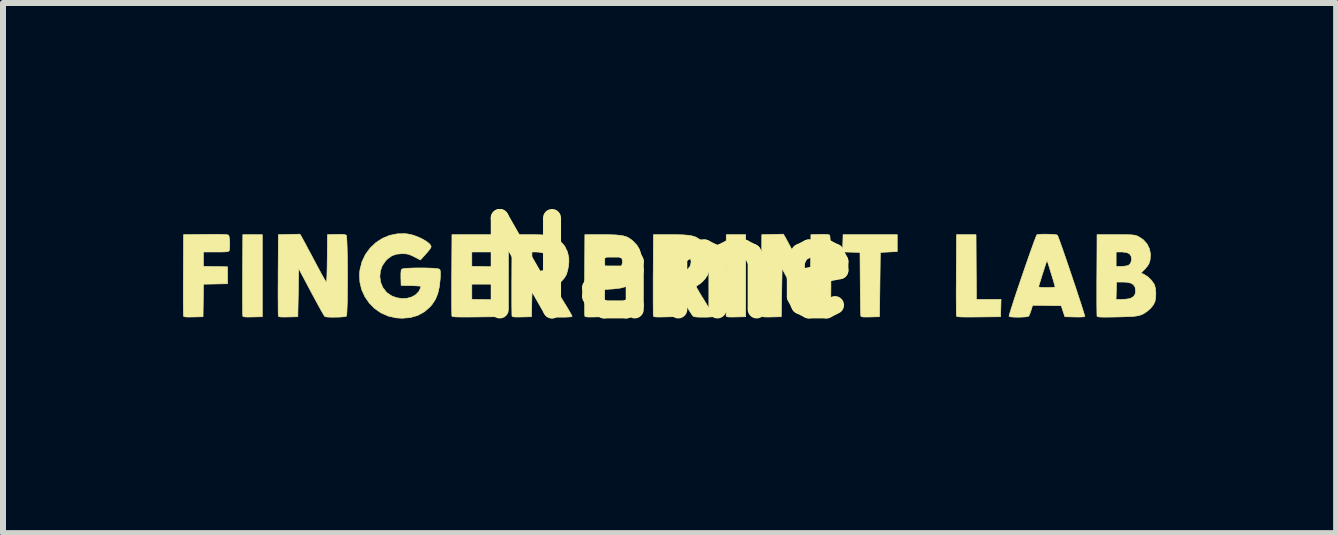
<source format=kicad_pcb>
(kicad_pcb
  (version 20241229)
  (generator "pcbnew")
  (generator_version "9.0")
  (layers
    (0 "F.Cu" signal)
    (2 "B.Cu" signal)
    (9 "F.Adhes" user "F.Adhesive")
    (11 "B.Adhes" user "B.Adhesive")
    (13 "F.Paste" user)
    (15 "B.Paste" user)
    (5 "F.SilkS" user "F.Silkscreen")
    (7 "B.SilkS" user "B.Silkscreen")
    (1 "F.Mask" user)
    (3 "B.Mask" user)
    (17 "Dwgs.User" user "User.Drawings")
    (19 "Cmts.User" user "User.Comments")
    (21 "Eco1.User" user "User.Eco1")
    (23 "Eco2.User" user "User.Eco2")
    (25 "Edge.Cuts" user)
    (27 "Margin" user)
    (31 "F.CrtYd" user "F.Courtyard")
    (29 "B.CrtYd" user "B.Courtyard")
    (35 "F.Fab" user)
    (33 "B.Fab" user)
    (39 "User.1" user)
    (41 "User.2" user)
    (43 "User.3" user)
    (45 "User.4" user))
  (footprint "Name"
    (layer "F.Cu")
    (at 8.074 1.418)
    (property "Reference" "Name" (at 0 0 0) (layer "F.SilkS") (effects (font (size 1.524 1.524) (thickness 0.3))))
    (attr through_hole)
    (fp_poly (pts (xy -6.752 0.811) (xy -6.911 0.815) (xy -6.986 0.816) (xy -7.035 0.815) (xy -7.065 0.81) (xy -7.077 0.802) (xy -7.077 0.801) (xy -7.078 0.784) (xy -7.08 0.741) (xy -7.08 0.676) (xy -7.081 0.591) (xy -7.081 0.489) (xy -7.081 0.373) (xy -7.081 0.246) (xy -7.08 0.113) (xy -7.077 -0.557) (xy -6.752 -0.557) (xy -6.752 0.811)) (stroke (width 0.01) (type solid)) (fill yes) (layer "F.SilkS"))
    (fp_poly (pts (xy 1.305 0.811) (xy 1.146 0.815) (xy 1.072 0.816) (xy 1.022 0.815) (xy 0.993 0.81) (xy 0.981 0.802) (xy 0.98 0.801) (xy 0.979 0.784) (xy 0.978 0.741) (xy 0.977 0.676) (xy 0.976 0.591) (xy 0.976 0.489) (xy 0.976 0.373) (xy 0.976 0.246) (xy 0.977 0.113) (xy 0.981 -0.557) (xy 1.305 -0.557) (xy 1.305 0.811)) (stroke (width 0.01) (type solid)) (fill yes) (layer "F.SilkS"))
    (fp_poly (pts (xy 3.831 -0.275) (xy 3.69 -0.268) (xy 3.549 -0.261) (xy 3.542 0.275) (xy 3.535 0.811) (xy 3.383 0.815) (xy 3.31 0.816) (xy 3.262 0.815) (xy 3.235 0.809) (xy 3.224 0.801) (xy 3.223 0.783) (xy 3.221 0.741) (xy 3.219 0.676) (xy 3.218 0.593) (xy 3.216 0.495) (xy 3.215 0.385) (xy 3.214 0.266) (xy 3.214 0.261) (xy 3.21 -0.261) (xy 2.92 -0.269) (xy 2.924 -0.413) (xy 2.928 -0.557) (xy 3.831 -0.557) (xy 3.831 -0.275)) (stroke (width 0.01) (type solid)) (fill yes) (layer "F.SilkS"))
    (fp_poly (pts (xy 5.147 -0.018) (xy 5.151 0.522) (xy 5.561 0.522) (xy 5.557 0.667) (xy 5.553 0.811) (xy 5.189 0.815) (xy 5.073 0.816) (xy 4.982 0.816) (xy 4.914 0.815) (xy 4.867 0.813) (xy 4.837 0.809) (xy 4.821 0.804) (xy 4.818 0.801) (xy 4.817 0.784) (xy 4.816 0.741) (xy 4.815 0.676) (xy 4.815 0.591) (xy 4.814 0.489) (xy 4.814 0.373) (xy 4.815 0.246) (xy 4.815 0.113) (xy 4.819 -0.557) (xy 5.144 -0.557) (xy 5.147 -0.018)) (stroke (width 0.01) (type solid)) (fill yes) (layer "F.SilkS"))
    (fp_poly (pts (xy -2.825 -0.413) (xy -2.821 -0.268) (xy -3.04 -0.268) (xy -3.26 -0.268) (xy -3.26 -0.029) (xy -2.857 -0.021) (xy -2.853 0.123) (xy -2.849 0.268) (xy -3.26 0.268) (xy -3.26 0.521) (xy -2.829 0.529) (xy -2.829 0.811) (xy -3.207 0.815) (xy -3.326 0.816) (xy -3.419 0.816) (xy -3.489 0.815) (xy -3.539 0.813) (xy -3.571 0.81) (xy -3.588 0.805) (xy -3.592 0.801) (xy -3.593 0.784) (xy -3.594 0.741) (xy -3.595 0.676) (xy -3.596 0.591) (xy -3.596 0.489) (xy -3.596 0.373) (xy -3.596 0.246) (xy -3.595 0.113) (xy -3.591 -0.557) (xy -2.829 -0.557) (xy -2.825 -0.413)) (stroke (width 0.01) (type solid)) (fill yes) (layer "F.SilkS"))
    (fp_poly (pts (xy -7.475 -0.562) (xy -7.401 -0.56) (xy -7.35 -0.557) (xy -7.322 -0.552) (xy -7.315 -0.549) (xy -7.306 -0.528) (xy -7.3 -0.488) (xy -7.296 -0.436) (xy -7.295 -0.381) (xy -7.297 -0.331) (xy -7.303 -0.295) (xy -7.304 -0.29) (xy -7.311 -0.282) (xy -7.327 -0.275) (xy -7.357 -0.271) (xy -7.404 -0.269) (xy -7.472 -0.268) (xy -7.523 -0.268) (xy -7.733 -0.268) (xy -7.733 -0.029) (xy -7.532 -0.025) (xy -7.331 -0.021) (xy -7.331 0.261) (xy -7.532 0.265) (xy -7.732 0.269) (xy -7.736 0.54) (xy -7.74 0.811) (xy -7.899 0.815) (xy -7.973 0.816) (xy -8.023 0.815) (xy -8.052 0.81) (xy -8.065 0.802) (xy -8.065 0.801) (xy -8.066 0.784) (xy -8.067 0.741) (xy -8.068 0.676) (xy -8.069 0.591) (xy -8.069 0.489) (xy -8.069 0.373) (xy -8.069 0.246) (xy -8.068 0.113) (xy -8.065 -0.557) (xy -7.699 -0.561) (xy -7.574 -0.562) (xy -7.475 -0.562)) (stroke (width 0.01) (type solid)) (fill yes) (layer "F.SilkS"))
    (fp_poly (pts (xy -1.087 -0.557) (xy -0.966 -0.556) (xy -0.87 -0.553) (xy -0.793 -0.546) (xy -0.732 -0.536) (xy -0.682 -0.521) (xy -0.639 -0.499) (xy -0.599 -0.471) (xy -0.568 -0.445) (xy -0.507 -0.38) (xy -0.465 -0.309) (xy -0.441 -0.227) (xy -0.432 -0.128) (xy -0.432 -0.106) (xy -0.439 -0.001) (xy -0.46 0.085) (xy -0.499 0.157) (xy -0.557 0.223) (xy -0.565 0.231) (xy -0.628 0.278) (xy -0.7 0.311) (xy -0.786 0.334) (xy -0.894 0.347) (xy -0.913 0.348) (xy -1.044 0.357) (xy -1.047 0.584) (xy -1.051 0.811) (xy -1.21 0.815) (xy -1.285 0.816) (xy -1.335 0.815) (xy -1.364 0.81) (xy -1.376 0.802) (xy -1.376 0.801) (xy -1.378 0.784) (xy -1.379 0.741) (xy -1.379 0.676) (xy -1.38 0.591) (xy -1.38 0.489) (xy -1.38 0.373) (xy -1.38 0.246) (xy -1.38 0.113) (xy -1.379 0.056) (xy -1.044 0.056) (xy -0.977 0.056) (xy -0.923 0.053) (xy -0.87 0.045) (xy -0.858 0.042) (xy -0.8 0.013) (xy -0.763 -0.034) (xy -0.748 -0.098) (xy -0.748 -0.106) (xy -0.759 -0.17) (xy -0.793 -0.218) (xy -0.85 -0.25) (xy -0.93 -0.266) (xy -0.977 -0.268) (xy -1.044 -0.268) (xy -1.044 0.056) (xy -1.379 0.056) (xy -1.376 -0.557) (xy -1.087 -0.557)) (stroke (width 0.01) (type solid)) (fill yes) (layer "F.SilkS"))
    (fp_poly (pts (xy 1.958 -0.524) (xy 1.971 -0.501) (xy 1.995 -0.457) (xy 2.028 -0.395) (xy 2.069 -0.318) (xy 2.115 -0.232) (xy 2.165 -0.138) (xy 2.173 -0.122) (xy 2.222 -0.03) (xy 2.267 0.054) (xy 2.306 0.126) (xy 2.338 0.182) (xy 2.361 0.221) (xy 2.373 0.239) (xy 2.374 0.239) (xy 2.377 0.226) (xy 2.38 0.188) (xy 2.382 0.129) (xy 2.385 0.052) (xy 2.386 -0.039) (xy 2.388 -0.14) (xy 2.388 -0.159) (xy 2.392 -0.557) (xy 2.538 -0.561) (xy 2.619 -0.562) (xy 2.674 -0.558) (xy 2.703 -0.55) (xy 2.704 -0.549) (xy 2.708 -0.532) (xy 2.712 -0.489) (xy 2.716 -0.425) (xy 2.719 -0.344) (xy 2.721 -0.247) (xy 2.723 -0.14) (xy 2.724 -0.025) (xy 2.725 0.095) (xy 2.725 0.215) (xy 2.725 0.333) (xy 2.724 0.445) (xy 2.722 0.547) (xy 2.72 0.637) (xy 2.717 0.711) (xy 2.713 0.765) (xy 2.709 0.796) (xy 2.707 0.802) (xy 2.686 0.808) (xy 2.645 0.813) (xy 2.59 0.817) (xy 2.527 0.818) (xy 2.465 0.819) (xy 2.409 0.817) (xy 2.367 0.813) (xy 2.347 0.808) (xy 2.337 0.793) (xy 2.315 0.757) (xy 2.284 0.701) (xy 2.244 0.63) (xy 2.199 0.546) (xy 2.148 0.453) (xy 2.122 0.403) (xy 1.912 0.009) (xy 1.905 0.41) (xy 1.898 0.811) (xy 1.739 0.815) (xy 1.665 0.816) (xy 1.615 0.815) (xy 1.585 0.81) (xy 1.573 0.802) (xy 1.573 0.801) (xy 1.572 0.784) (xy 1.571 0.741) (xy 1.57 0.676) (xy 1.569 0.591) (xy 1.569 0.489) (xy 1.569 0.373) (xy 1.569 0.246) (xy 1.57 0.113) (xy 1.573 -0.557) (xy 1.933 -0.565) (xy 1.958 -0.524)) (stroke (width 0.01) (type solid)) (fill yes) (layer "F.SilkS"))
    (fp_poly (pts (xy -6.1 -0.524) (xy -6.087 -0.501) (xy -6.063 -0.457) (xy -6.029 -0.395) (xy -5.989 -0.318) (xy -5.942 -0.232) (xy -5.893 -0.138) (xy -5.884 -0.122) (xy -5.835 -0.03) (xy -5.79 0.054) (xy -5.751 0.126) (xy -5.719 0.182) (xy -5.696 0.221) (xy -5.684 0.239) (xy -5.683 0.239) (xy -5.681 0.226) (xy -5.678 0.188) (xy -5.675 0.129) (xy -5.673 0.052) (xy -5.671 -0.039) (xy -5.67 -0.14) (xy -5.669 -0.159) (xy -5.666 -0.557) (xy -5.52 -0.561) (xy -5.439 -0.562) (xy -5.384 -0.558) (xy -5.355 -0.55) (xy -5.354 -0.549) (xy -5.349 -0.532) (xy -5.345 -0.489) (xy -5.341 -0.425) (xy -5.338 -0.344) (xy -5.336 -0.247) (xy -5.334 -0.14) (xy -5.333 -0.025) (xy -5.332 0.095) (xy -5.332 0.215) (xy -5.333 0.333) (xy -5.334 0.445) (xy -5.335 0.547) (xy -5.338 0.637) (xy -5.341 0.711) (xy -5.344 0.765) (xy -5.349 0.796) (xy -5.351 0.802) (xy -5.371 0.808) (xy -5.412 0.813) (xy -5.468 0.817) (xy -5.53 0.818) (xy -5.593 0.819) (xy -5.648 0.817) (xy -5.69 0.813) (xy -5.71 0.808) (xy -5.72 0.793) (xy -5.742 0.757) (xy -5.774 0.701) (xy -5.813 0.63) (xy -5.859 0.546) (xy -5.909 0.453) (xy -5.936 0.403) (xy -6.145 0.009) (xy -6.152 0.41) (xy -6.16 0.811) (xy -6.319 0.815) (xy -6.393 0.816) (xy -6.443 0.815) (xy -6.472 0.81) (xy -6.484 0.802) (xy -6.484 0.801) (xy -6.486 0.784) (xy -6.487 0.741) (xy -6.488 0.676) (xy -6.488 0.591) (xy -6.489 0.489) (xy -6.489 0.373) (xy -6.488 0.246) (xy -6.488 0.113) (xy -6.484 -0.557) (xy -6.304 -0.561) (xy -6.124 -0.565) (xy -6.1 -0.524)) (stroke (width 0.01) (type solid)) (fill yes) (layer "F.SilkS"))
    (fp_poly (pts (xy 7.575 -0.557) (xy 7.653 -0.556) (xy 7.713 -0.555) (xy 7.756 -0.552) (xy 7.789 -0.547) (xy 7.814 -0.541) (xy 7.837 -0.532) (xy 7.846 -0.528) (xy 7.93 -0.474) (xy 7.994 -0.403) (xy 8.035 -0.32) (xy 8.053 -0.227) (xy 8.044 -0.129) (xy 8.043 -0.125) (xy 8.025 -0.071) (xy 7.995 -0.025) (xy 7.959 0.016) (xy 7.892 0.082) (xy 7.945 0.106) (xy 8.007 0.145) (xy 8.065 0.201) (xy 8.11 0.263) (xy 8.12 0.285) (xy 8.135 0.343) (xy 8.141 0.417) (xy 8.138 0.493) (xy 8.127 0.557) (xy 8.1 0.613) (xy 8.053 0.671) (xy 7.993 0.724) (xy 7.927 0.766) (xy 7.888 0.782) (xy 7.857 0.791) (xy 7.822 0.798) (xy 7.777 0.804) (xy 7.719 0.808) (xy 7.643 0.811) (xy 7.545 0.814) (xy 7.49 0.815) (xy 7.383 0.817) (xy 7.302 0.818) (xy 7.242 0.817) (xy 7.202 0.815) (xy 7.177 0.811) (xy 7.164 0.806) (xy 7.161 0.802) (xy 7.16 0.785) (xy 7.159 0.742) (xy 7.158 0.676) (xy 7.157 0.591) (xy 7.157 0.522) (xy 7.478 0.522) (xy 7.578 0.522) (xy 7.636 0.519) (xy 7.69 0.512) (xy 7.725 0.502) (xy 7.774 0.471) (xy 7.799 0.425) (xy 7.803 0.383) (xy 7.796 0.322) (xy 7.771 0.279) (xy 7.726 0.251) (xy 7.66 0.236) (xy 7.593 0.233) (xy 7.486 0.233) (xy 7.482 0.377) (xy 7.478 0.522) (xy 7.157 0.522) (xy 7.157 0.489) (xy 7.157 0.373) (xy 7.157 0.246) (xy 7.158 0.113) (xy 7.16 -0.268) (xy 7.479 -0.268) (xy 7.479 -0.028) (xy 7.563 -0.028) (xy 7.616 -0.031) (xy 7.662 -0.038) (xy 7.684 -0.045) (xy 7.716 -0.074) (xy 7.734 -0.12) (xy 7.736 -0.148) (xy 7.728 -0.201) (xy 7.702 -0.237) (xy 7.656 -0.259) (xy 7.587 -0.268) (xy 7.563 -0.268) (xy 7.479 -0.268) (xy 7.16 -0.268) (xy 7.161 -0.557) (xy 7.472 -0.557) (xy 7.575 -0.557)) (stroke (width 0.01) (type solid)) (fill yes) (layer "F.SilkS"))
    (fp_poly (pts (xy -4.316 -0.566) (xy -4.244 -0.55) (xy -4.17 -0.524) (xy -4.099 -0.492) (xy -4.035 -0.456) (xy -3.983 -0.419) (xy -3.949 -0.385) (xy -3.938 -0.355) (xy -3.947 -0.335) (xy -3.971 -0.3) (xy -4.007 -0.257) (xy -4.028 -0.233) (xy -4.117 -0.135) (xy -4.219 -0.188) (xy -4.276 -0.215) (xy -4.32 -0.231) (xy -4.365 -0.238) (xy -4.421 -0.24) (xy -4.421 -0.24) (xy -4.514 -0.232) (xy -4.592 -0.205) (xy -4.661 -0.156) (xy -4.697 -0.12) (xy -4.752 -0.041) (xy -4.784 0.048) (xy -4.793 0.142) (xy -4.78 0.235) (xy -4.745 0.322) (xy -4.687 0.398) (xy -4.668 0.415) (xy -4.594 0.465) (xy -4.511 0.495) (xy -4.425 0.508) (xy -4.34 0.504) (xy -4.262 0.482) (xy -4.195 0.445) (xy -4.144 0.392) (xy -4.126 0.357) (xy -4.113 0.325) (xy -4.106 0.305) (xy -4.106 0.304) (xy -4.12 0.301) (xy -4.155 0.298) (xy -4.209 0.295) (xy -4.272 0.293) (xy -4.438 0.289) (xy -4.442 0.164) (xy -4.442 0.092) (xy -4.438 0.043) (xy -4.43 0.02) (xy -4.41 0.012) (xy -4.366 0.006) (xy -4.305 0.002) (xy -4.232 -0.001) (xy -4.15 -0.002) (xy -4.067 -0.002) (xy -3.986 -0.00007) (xy -3.913 0.003) (xy -3.854 0.008) (xy -3.813 0.014) (xy -3.796 0.021) (xy -3.787 0.041) (xy -3.784 0.076) (xy -3.784 0.132) (xy -3.787 0.183) (xy -3.802 0.316) (xy -3.828 0.427) (xy -3.867 0.522) (xy -3.921 0.605) (xy -3.953 0.643) (xy -4.05 0.728) (xy -4.161 0.789) (xy -4.285 0.825) (xy -4.422 0.836) (xy -4.52 0.83) (xy -4.651 0.801) (xy -4.772 0.748) (xy -4.878 0.675) (xy -4.969 0.583) (xy -5.042 0.477) (xy -5.096 0.359) (xy -5.126 0.232) (xy -5.132 0.099) (xy -5.124 0.026) (xy -5.09 -0.107) (xy -5.032 -0.228) (xy -4.954 -0.334) (xy -4.859 -0.424) (xy -4.75 -0.495) (xy -4.629 -0.545) (xy -4.5 -0.571) (xy -4.366 -0.573) (xy -4.316 -0.566)) (stroke (width 0.01) (type solid)) (fill yes) (layer "F.SilkS"))
    (fp_poly (pts (xy -2.3 -0.557) (xy -2.18 -0.556) (xy -2.083 -0.553) (xy -2.006 -0.546) (xy -1.945 -0.536) (xy -1.895 -0.521) (xy -1.852 -0.499) (xy -1.813 -0.471) (xy -1.782 -0.445) (xy -1.712 -0.365) (xy -1.666 -0.271) (xy -1.644 -0.175) (xy -1.642 -0.108) (xy -1.649 -0.031) (xy -1.664 0.045) (xy -1.684 0.108) (xy -1.689 0.119) (xy -1.723 0.172) (xy -1.77 0.224) (xy -1.819 0.265) (xy -1.838 0.277) (xy -1.865 0.295) (xy -1.877 0.311) (xy -1.877 0.311) (xy -1.87 0.326) (xy -1.85 0.362) (xy -1.819 0.414) (xy -1.78 0.478) (xy -1.736 0.55) (xy -1.73 0.56) (xy -1.685 0.633) (xy -1.646 0.698) (xy -1.616 0.751) (xy -1.596 0.788) (xy -1.589 0.806) (xy -1.589 0.807) (xy -1.605 0.812) (xy -1.644 0.815) (xy -1.698 0.818) (xy -1.755 0.818) (xy -1.827 0.818) (xy -1.876 0.815) (xy -1.907 0.811) (xy -1.926 0.802) (xy -1.936 0.794) (xy -1.95 0.774) (xy -1.976 0.734) (xy -2.01 0.68) (xy -2.05 0.614) (xy -2.083 0.561) (xy -2.137 0.472) (xy -2.178 0.409) (xy -2.209 0.369) (xy -2.231 0.355) (xy -2.245 0.366) (xy -2.253 0.402) (xy -2.258 0.464) (xy -2.26 0.552) (xy -2.261 0.582) (xy -2.265 0.811) (xy -2.424 0.815) (xy -2.498 0.816) (xy -2.548 0.815) (xy -2.577 0.81) (xy -2.589 0.802) (xy -2.59 0.801) (xy -2.591 0.784) (xy -2.592 0.741) (xy -2.593 0.676) (xy -2.594 0.591) (xy -2.594 0.489) (xy -2.594 0.373) (xy -2.594 0.246) (xy -2.593 0.113) (xy -2.593 0.056) (xy -2.258 0.056) (xy -2.191 0.056) (xy -2.137 0.053) (xy -2.084 0.045) (xy -2.071 0.042) (xy -2.013 0.013) (xy -1.976 -0.034) (xy -1.962 -0.098) (xy -1.961 -0.106) (xy -1.973 -0.17) (xy -2.007 -0.218) (xy -2.064 -0.25) (xy -2.143 -0.266) (xy -2.191 -0.268) (xy -2.258 -0.268) (xy -2.258 0.056) (xy -2.593 0.056) (xy -2.589 -0.557) (xy -2.3 -0.557)) (stroke (width 0.01) (type solid)) (fill yes) (layer "F.SilkS"))
    (fp_poly (pts (xy 0.056 -0.557) (xy 0.177 -0.556) (xy 0.273 -0.553) (xy 0.35 -0.546) (xy 0.411 -0.536) (xy 0.461 -0.521) (xy 0.504 -0.499) (xy 0.544 -0.471) (xy 0.575 -0.445) (xy 0.644 -0.365) (xy 0.69 -0.271) (xy 0.712 -0.175) (xy 0.714 -0.108) (xy 0.707 -0.031) (xy 0.693 0.045) (xy 0.673 0.108) (xy 0.668 0.119) (xy 0.633 0.172) (xy 0.587 0.224) (xy 0.538 0.265) (xy 0.519 0.277) (xy 0.491 0.295) (xy 0.48 0.311) (xy 0.48 0.311) (xy 0.487 0.326) (xy 0.507 0.362) (xy 0.537 0.414) (xy 0.576 0.478) (xy 0.621 0.55) (xy 0.627 0.56) (xy 0.672 0.633) (xy 0.71 0.698) (xy 0.741 0.751) (xy 0.76 0.788) (xy 0.767 0.806) (xy 0.767 0.807) (xy 0.751 0.812) (xy 0.713 0.815) (xy 0.658 0.818) (xy 0.601 0.818) (xy 0.529 0.818) (xy 0.481 0.815) (xy 0.449 0.811) (xy 0.43 0.802) (xy 0.421 0.794) (xy 0.407 0.774) (xy 0.381 0.734) (xy 0.347 0.68) (xy 0.306 0.614) (xy 0.274 0.561) (xy 0.22 0.472) (xy 0.178 0.409) (xy 0.148 0.369) (xy 0.126 0.355) (xy 0.112 0.366) (xy 0.103 0.402) (xy 0.099 0.464) (xy 0.096 0.552) (xy 0.096 0.582) (xy 0.092 0.811) (xy -0.067 0.815) (xy -0.142 0.816) (xy -0.192 0.815) (xy -0.221 0.81) (xy -0.233 0.802) (xy -0.233 0.801) (xy -0.235 0.784) (xy -0.236 0.741) (xy -0.236 0.676) (xy -0.237 0.591) (xy -0.237 0.489) (xy -0.237 0.373) (xy -0.237 0.246) (xy -0.237 0.113) (xy -0.236 0.056) (xy 0.099 0.056) (xy 0.166 0.056) (xy 0.22 0.053) (xy 0.273 0.045) (xy 0.285 0.042) (xy 0.343 0.013) (xy 0.38 -0.034) (xy 0.395 -0.098) (xy 0.395 -0.106) (xy 0.384 -0.17) (xy 0.35 -0.218) (xy 0.293 -0.25) (xy 0.213 -0.266) (xy 0.166 -0.268) (xy 0.099 -0.268) (xy 0.099 0.056) (xy -0.236 0.056) (xy -0.233 -0.557) (xy 0.056 -0.557)) (stroke (width 0.01) (type solid)) (fill yes) (layer "F.SilkS"))
    (fp_poly (pts (xy 6.34 -0.564) (xy 6.4 -0.562) (xy 6.451 -0.558) (xy 6.487 -0.553) (xy 6.501 -0.547) (xy 6.51 -0.527) (xy 6.526 -0.484) (xy 6.549 -0.422) (xy 6.577 -0.343) (xy 6.609 -0.25) (xy 6.645 -0.146) (xy 6.683 -0.035) (xy 6.722 0.08) (xy 6.761 0.197) (xy 6.8 0.312) (xy 6.836 0.422) (xy 6.87 0.525) (xy 6.9 0.616) (xy 6.924 0.693) (xy 6.943 0.753) (xy 6.954 0.792) (xy 6.958 0.808) (xy 6.958 0.808) (xy 6.94 0.812) (xy 6.901 0.815) (xy 6.845 0.816) (xy 6.786 0.815) (xy 6.625 0.811) (xy 6.594 0.72) (xy 6.564 0.628) (xy 6.326 0.624) (xy 6.087 0.62) (xy 6.062 0.702) (xy 6.046 0.748) (xy 6.031 0.785) (xy 6.022 0.801) (xy 6.003 0.808) (xy 5.963 0.814) (xy 5.91 0.817) (xy 5.85 0.819) (xy 5.792 0.818) (xy 5.741 0.815) (xy 5.706 0.81) (xy 5.694 0.804) (xy 5.697 0.789) (xy 5.708 0.749) (xy 5.726 0.69) (xy 5.751 0.613) (xy 5.78 0.521) (xy 5.814 0.419) (xy 5.851 0.309) (xy 5.852 0.307) (xy 6.187 0.307) (xy 6.192 0.315) (xy 6.214 0.321) (xy 6.258 0.324) (xy 6.322 0.325) (xy 6.381 0.324) (xy 6.428 0.321) (xy 6.457 0.317) (xy 6.463 0.314) (xy 6.459 0.298) (xy 6.448 0.26) (xy 6.433 0.208) (xy 6.414 0.145) (xy 6.393 0.078) (xy 6.373 0.013) (xy 6.355 -0.046) (xy 6.34 -0.092) (xy 6.33 -0.119) (xy 6.328 -0.125) (xy 6.323 -0.114) (xy 6.31 -0.08) (xy 6.293 -0.029) (xy 6.272 0.037) (xy 6.258 0.08) (xy 6.235 0.153) (xy 6.215 0.218) (xy 6.199 0.268) (xy 6.19 0.3) (xy 6.187 0.307) (xy 5.852 0.307) (xy 5.89 0.194) (xy 5.93 0.077) (xy 5.97 -0.039) (xy 6.009 -0.151) (xy 6.045 -0.254) (xy 6.079 -0.348) (xy 6.107 -0.427) (xy 6.131 -0.49) (xy 6.148 -0.533) (xy 6.157 -0.553) (xy 6.158 -0.554) (xy 6.181 -0.56) (xy 6.224 -0.563) (xy 6.279 -0.565) (xy 6.34 -0.564)) (stroke (width 0.01) (type solid)) (fill yes) (layer "F.SilkS")))
  (gr_rect
    (start -3 -3)
    (end 19.22 5.836)
    (stroke (width 0.1) (type default))
    (fill no)
    (layer "Edge.Cuts")))
</source>
